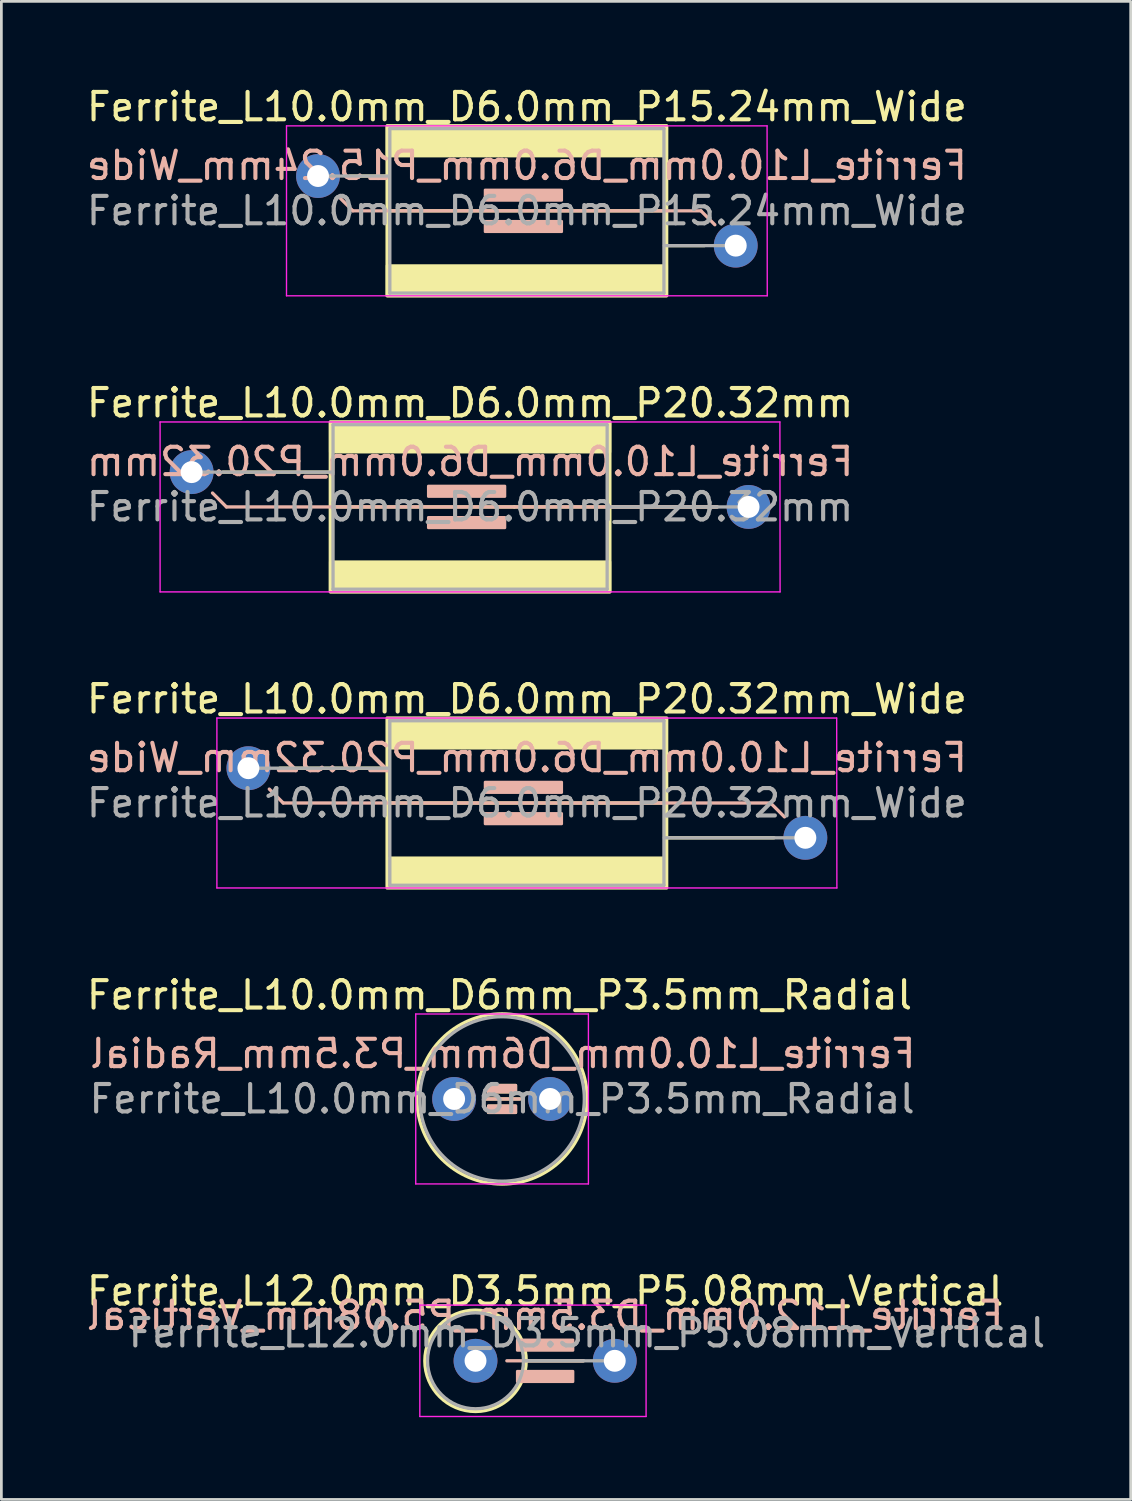
<source format=kicad_pcb>
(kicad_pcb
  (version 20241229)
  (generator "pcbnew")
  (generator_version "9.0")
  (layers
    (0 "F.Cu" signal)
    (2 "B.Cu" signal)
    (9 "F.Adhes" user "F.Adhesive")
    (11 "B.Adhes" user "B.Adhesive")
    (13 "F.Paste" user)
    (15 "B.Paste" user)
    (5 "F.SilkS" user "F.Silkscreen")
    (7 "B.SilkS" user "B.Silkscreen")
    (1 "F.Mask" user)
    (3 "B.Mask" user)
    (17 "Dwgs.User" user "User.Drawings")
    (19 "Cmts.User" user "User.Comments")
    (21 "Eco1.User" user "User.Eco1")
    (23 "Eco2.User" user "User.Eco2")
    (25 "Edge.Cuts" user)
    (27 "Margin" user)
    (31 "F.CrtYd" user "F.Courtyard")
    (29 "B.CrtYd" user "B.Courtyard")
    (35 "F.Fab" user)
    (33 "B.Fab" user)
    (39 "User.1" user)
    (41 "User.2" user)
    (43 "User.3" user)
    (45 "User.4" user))
  (footprint "Ferrite_L10.0mm_D6mm_P3.5mm_Radial"
    (layer "F.Cu")
    (at 13.518 37.045)
    (property "Reference" "Ferrite_L10.0mm_D6mm_P3.5mm_Radial" (at 1.655 -3.79 0) (layer "F.SilkS") (effects (font (size 1 1) (thickness 0.15))))
    (fp_line (start 1.1 0) (end 2.4 0) (stroke (width 0.12) (type solid)) (layer "F.SilkS"))
    (fp_circle (center 1.75 0) (end 4.855 0) (stroke (width 0.12) (type solid)) (fill no) (layer "F.SilkS"))
    (fp_poly (pts (xy 2.25 -0.25) (xy 1.25 -0.25) (xy 1.25 -0.5) (xy 2.25 -0.5)) (stroke (width 0.1) (type solid)) (fill yes) (layer "F.SilkS"))
    (fp_poly (pts (xy 2.25 0.5) (xy 1.25 0.5) (xy 1.25 0.25) (xy 2.25 0.25)) (stroke (width 0.1) (type solid)) (fill yes) (layer "F.SilkS"))
    (fp_line (start 1.1 0) (end 2.4 0) (stroke (width 0.12) (type solid)) (layer "B.SilkS"))
    (fp_rect (start 1.25 -0.5) (end 2.25 -0.25) (stroke (width 0.1) (type solid)) (fill yes) (layer "B.SilkS"))
    (fp_rect (start 1.25 0.25) (end 2.25 0.5) (stroke (width 0.1) (type solid)) (fill yes) (layer "B.SilkS"))
    (fp_line (start -1.4 -3.1) (end 4.9 -3.1) (stroke (width 0.05) (type solid)) (layer "F.CrtYd"))
    (fp_line (start -1.4 3.1) (end -1.4 -3.1) (stroke (width 0.05) (type solid)) (layer "F.CrtYd"))
    (fp_line (start 4.9 -3.1) (end 4.9 3.1) (stroke (width 0.05) (type solid)) (layer "F.CrtYd"))
    (fp_line (start 4.9 3.1) (end -1.4 3.1) (stroke (width 0.05) (type solid)) (layer "F.CrtYd"))
    (fp_circle (center 1.75 0) (end 4.75 0) (stroke (width 0.12) (type solid)) (fill no) (layer "F.Fab"))
    (fp_text user "${REFERENCE}" (at 1.778 -1.651 0) (layer "B.SilkS") (effects (font (size 1 1) (thickness 0.15)) (justify mirror)))
    (fp_text user "${REFERENCE}" (at 1.75 0 0) (layer "F.Fab") (effects (font (size 1 1) (thickness 0.15))))
    (pad "1" thru_hole circle (at 0 0) (size 1.6 1.6) (drill 0.8) (layers "*.Cu" "*.Mask"))
    (pad "2" thru_hole circle (at 3.5 0) (size 1.6 1.6) (drill 0.8) (layers "*.Cu" "*.Mask")))
  (footprint "Ferrite_L12.0mm_D3.5mm_P5.08mm_Vertical"
    (layer "F.Cu")
    (at 14.299 46.598)
    (property "Reference" "Ferrite_L12.0mm_D3.5mm_P5.08mm_Vertical" (at 2.54 -2.54 0) (layer "F.SilkS") (effects (font (size 1 1) (thickness 0.15))))
    (fp_line (start 1.85 0) (end 3.937 0) (stroke (width 0.12) (type solid)) (layer "F.SilkS"))
    (fp_circle (center 0 0) (end 0 -1.85) (stroke (width 0.12) (type solid)) (fill no) (layer "F.SilkS"))
    (fp_line (start 3.937 0) (end 1.143 0) (stroke (width 0.12) (type solid)) (layer "B.SilkS"))
    (fp_rect (start 1.524 -0.762) (end 3.556 -0.381) (stroke (width 0.1) (type solid)) (fill yes) (layer "B.SilkS"))
    (fp_rect (start 1.524 0.381) (end 3.556 0.762) (stroke (width 0.1) (type solid)) (fill yes) (layer "B.SilkS"))
    (fp_line (start -2.032 -2.032) (end 6.223 -2.032) (stroke (width 0.05) (type solid)) (layer "F.CrtYd"))
    (fp_line (start -2.032 2.032) (end -2.032 -2.032) (stroke (width 0.05) (type solid)) (layer "F.CrtYd"))
    (fp_line (start 6.223 -2.032) (end 6.223 2.032) (stroke (width 0.05) (type solid)) (layer "F.CrtYd"))
    (fp_line (start 6.223 2.032) (end -2.032 2.032) (stroke (width 0.05) (type solid)) (layer "F.CrtYd"))
    (fp_line (start 1.75 0) (end 5.08 0) (stroke (width 0.12) (type solid)) (layer "F.Fab"))
    (fp_circle (center 0 0) (end 0 -1.75) (stroke (width 0.12) (type solid)) (fill no) (layer "F.Fab"))
    (fp_text user "${REFERENCE}" (at 2.54 -1.651 0) (layer "B.SilkS") (effects (font (size 1 1) (thickness 0.15)) (justify mirror)))
    (fp_text user "${REFERENCE}" (at 4.064 -1.016 180) (layer "F.Fab") (effects (font (size 1 1) (thickness 0.15))))
    (pad "1" thru_hole circle (at 0 0) (size 1.6 1.6) (drill 0.8) (layers "*.Cu" "*.Mask"))
    (pad "2" thru_hole circle (at 5.08 0) (size 1.6 1.6) (drill 0.8) (layers "*.Cu" "*.Mask")))
  (footprint "Ferrite_L10.0mm_D6.0mm_P15.24mm_Wide"
    (layer "F.Cu")
    (at 8.553 3.372)
    (property "Reference" "Ferrite_L10.0mm_D6.0mm_P15.24mm_Wide" (at 7.62 -2.524 0) (layer "F.SilkS") (effects (font (size 1 1) (thickness 0.15))))
    (fp_line (start 1.143 0) (end 2.52 0) (stroke (width 0.12) (type solid)) (layer "F.SilkS"))
    (fp_line (start 9.234 1.27) (end 2.52 1.27) (stroke (width 0.12) (type solid)) (layer "F.SilkS"))
    (fp_line (start 9.234 1.27) (end 12.72 1.27) (stroke (width 0.12) (type solid)) (layer "F.SilkS"))
    (fp_line (start 14.097 2.54) (end 12.72 2.54) (stroke (width 0.12) (type solid)) (layer "F.SilkS"))
    (fp_rect (start 2.52 -1.83) (end 12.72 4.37) (stroke (width 0.12) (type solid)) (fill no) (layer "F.SilkS"))
    (fp_poly (pts (xy 12.72 -0.73) (xy 2.52 -0.73) (xy 2.52 -1.83) (xy 12.72 -1.83)) (stroke (width 0.1) (type solid)) (fill yes) (layer "F.SilkS"))
    (fp_poly (pts (xy 12.72 4.37) (xy 2.52 4.37) (xy 2.52 3.27) (xy 12.72 3.27)) (stroke (width 0.1) (type solid)) (fill yes) (layer "F.SilkS"))
    (fp_line (start 1.27 1.27) (end 0.762 0.762) (stroke (width 0.12) (type solid)) (layer "B.SilkS"))
    (fp_line (start 1.27 1.27) (end 13.97 1.27) (stroke (width 0.12) (type solid)) (layer "B.SilkS"))
    (fp_line (start 14.478 1.778) (end 13.97 1.27) (stroke (width 0.12) (type solid)) (layer "B.SilkS"))
    (fp_rect (start 6.096 0.508) (end 8.89 0.889) (stroke (width 0.1) (type solid)) (fill yes) (layer "B.SilkS"))
    (fp_rect (start 6.096 1.651) (end 8.89 2.032) (stroke (width 0.1) (type solid)) (fill yes) (layer "B.SilkS"))
    (fp_line (start -1.15 -1.83) (end 16.383 -1.83) (stroke (width 0.05) (type solid)) (layer "F.CrtYd"))
    (fp_line (start -1.15 4.37) (end -1.15 -1.83) (stroke (width 0.05) (type solid)) (layer "F.CrtYd"))
    (fp_line (start 16.383 -1.83) (end 16.39 4.37) (stroke (width 0.05) (type solid)) (layer "F.CrtYd"))
    (fp_line (start 16.39 4.37) (end -1.15 4.37) (stroke (width 0.05) (type solid)) (layer "F.CrtYd"))
    (fp_line (start 0 0) (end 2.603 0) (stroke (width 0.12) (type solid)) (layer "F.Fab"))
    (fp_line (start 2.62 -1.73) (end 2.62 4.27) (stroke (width 0.12) (type solid)) (layer "F.Fab"))
    (fp_line (start 12.62 -1.73) (end 2.62 -1.73) (stroke (width 0.12) (type solid)) (layer "F.Fab"))
    (fp_line (start 12.62 -1.73) (end 12.62 4.27) (stroke (width 0.12) (type solid)) (layer "F.Fab"))
    (fp_line (start 12.62 4.27) (end 2.62 4.27) (stroke (width 0.12) (type solid)) (layer "F.Fab"))
    (fp_line (start 15.24 2.54) (end 12.636 2.54) (stroke (width 0.12) (type solid)) (layer "F.Fab"))
    (fp_text user "${REFERENCE}" (at 7.62 -0.381 0) (layer "B.SilkS") (effects (font (size 1 1) (thickness 0.15)) (justify mirror)))
    (fp_text user "${REFERENCE}" (at 7.62 1.27 0) (layer "F.Fab") (effects (font (size 1 1) (thickness 0.15))))
    (pad "1" thru_hole circle (at 0 0) (size 1.6 1.6) (drill 0.8) (layers "*.Cu" "*.Mask"))
    (pad "2" thru_hole circle (at 15.24 2.54) (size 1.6 1.6) (drill 0.8) (layers "*.Cu" "*.Mask")))
  (footprint "Ferrite_L10.0mm_D6.0mm_P20.32mm_Wide"
    (layer "F.Cu")
    (at 6.013 24.977)
    (property "Reference" "Ferrite_L10.0mm_D6.0mm_P20.32mm_Wide" (at 10.16 -2.524 0) (layer "F.SilkS") (effects (font (size 1 1) (thickness 0.15))))
    (fp_line (start 1.143 0) (end 5.06 0) (stroke (width 0.12) (type solid)) (layer "F.SilkS"))
    (fp_line (start 11.774 1.27) (end 5.06 1.27) (stroke (width 0.12) (type solid)) (layer "F.SilkS"))
    (fp_line (start 11.774 1.27) (end 15.26 1.27) (stroke (width 0.12) (type solid)) (layer "F.SilkS"))
    (fp_line (start 19.177 2.54) (end 15.26 2.54) (stroke (width 0.12) (type solid)) (layer "F.SilkS"))
    (fp_rect (start 5.06 -1.83) (end 15.26 4.37) (stroke (width 0.12) (type solid)) (fill no) (layer "F.SilkS"))
    (fp_poly (pts (xy 15.16 -0.73) (xy 5.16 -0.73) (xy 5.16 -1.73) (xy 15.16 -1.73)) (stroke (width 0.1) (type solid)) (fill yes) (layer "F.SilkS"))
    (fp_poly (pts (xy 15.16 4.27) (xy 5.16 4.27) (xy 5.16 3.27) (xy 15.16 3.27)) (stroke (width 0.1) (type solid)) (fill yes) (layer "F.SilkS"))
    (fp_line (start 1.27 1.27) (end 0.762 0.762) (stroke (width 0.12) (type solid)) (layer "B.SilkS"))
    (fp_line (start 1.27 1.27) (end 19.05 1.27) (stroke (width 0.12) (type solid)) (layer "B.SilkS"))
    (fp_line (start 19.558 1.778) (end 19.05 1.27) (stroke (width 0.12) (type solid)) (layer "B.SilkS"))
    (fp_rect (start 8.636 0.508) (end 11.43 0.889) (stroke (width 0.1) (type solid)) (fill yes) (layer "B.SilkS"))
    (fp_rect (start 8.636 1.651) (end 11.43 2.032) (stroke (width 0.1) (type solid)) (fill yes) (layer "B.SilkS"))
    (fp_line (start -1.15 -1.83) (end 21.463 -1.83) (stroke (width 0.05) (type solid)) (layer "F.CrtYd"))
    (fp_line (start -1.15 4.37) (end -1.15 -1.83) (stroke (width 0.05) (type solid)) (layer "F.CrtYd"))
    (fp_line (start 21.463 -1.83) (end 21.47 4.37) (stroke (width 0.05) (type solid)) (layer "F.CrtYd"))
    (fp_line (start 21.47 4.37) (end -1.15 4.37) (stroke (width 0.05) (type solid)) (layer "F.CrtYd"))
    (fp_line (start 0 0) (end 5.144 0) (stroke (width 0.12) (type solid)) (layer "F.Fab"))
    (fp_line (start 5.16 -1.73) (end 5.16 4.27) (stroke (width 0.12) (type solid)) (layer "F.Fab"))
    (fp_line (start 15.16 -1.73) (end 5.16 -1.73) (stroke (width 0.12) (type solid)) (layer "F.Fab"))
    (fp_line (start 15.16 -1.73) (end 15.16 4.27) (stroke (width 0.12) (type solid)) (layer "F.Fab"))
    (fp_line (start 15.16 4.27) (end 5.16 4.27) (stroke (width 0.12) (type solid)) (layer "F.Fab"))
    (fp_line (start 20.32 2.54) (end 15.177 2.54) (stroke (width 0.12) (type solid)) (layer "F.Fab"))
    (fp_text user "${REFERENCE}" (at 10.16 -0.381 0) (layer "B.SilkS") (effects (font (size 1 1) (thickness 0.15)) (justify mirror)))
    (fp_text user "${REFERENCE}" (at 10.16 1.27 0) (layer "F.Fab") (effects (font (size 1 1) (thickness 0.15))))
    (pad "1" thru_hole circle (at 0 0) (size 1.6 1.6) (drill 0.8) (layers "*.Cu" "*.Mask"))
    (pad "2" thru_hole circle (at 20.32 2.54) (size 1.6 1.6) (drill 0.8) (layers "*.Cu" "*.Mask")))
  (footprint "Ferrite_L10.0mm_D6.0mm_P20.32mm"
    (layer "F.Cu")
    (at 3.941 14.175)
    (property "Reference" "Ferrite_L10.0mm_D6.0mm_P20.32mm" (at 10.16 -2.524 0) (layer "F.SilkS") (effects (font (size 1 1) (thickness 0.15))))
    (fp_line (start 1.143 0) (end 5.06 0) (stroke (width 0.12) (type solid)) (layer "F.SilkS"))
    (fp_line (start 11.774 1.27) (end 5.06 1.27) (stroke (width 0.12) (type solid)) (layer "F.SilkS"))
    (fp_line (start 11.774 1.27) (end 15.113 1.27) (stroke (width 0.12) (type solid)) (layer "F.SilkS"))
    (fp_line (start 19.177 1.27) (end 15.177 1.27) (stroke (width 0.12) (type solid)) (layer "F.SilkS"))
    (fp_rect (start 5.06 -1.83) (end 15.26 4.37) (stroke (width 0.12) (type solid)) (fill no) (layer "F.SilkS"))
    (fp_poly (pts (xy 15.26 -0.73) (xy 5.06 -0.73) (xy 5.06 -1.83) (xy 15.26 -1.83)) (stroke (width 0.1) (type solid)) (fill yes) (layer "F.SilkS"))
    (fp_poly (pts (xy 15.26 4.37) (xy 5.06 4.37) (xy 5.06 3.27) (xy 15.26 3.27)) (stroke (width 0.1) (type solid)) (fill yes) (layer "F.SilkS"))
    (fp_line (start 1.27 1.27) (end 0.762 0.762) (stroke (width 0.12) (type solid)) (layer "B.SilkS"))
    (fp_line (start 1.27 1.27) (end 19.177 1.27) (stroke (width 0.12) (type solid)) (layer "B.SilkS"))
    (fp_rect (start 8.636 0.508) (end 11.43 0.889) (stroke (width 0.1) (type solid)) (fill yes) (layer "B.SilkS"))
    (fp_rect (start 8.636 1.651) (end 11.43 2.032) (stroke (width 0.1) (type solid)) (fill yes) (layer "B.SilkS"))
    (fp_line (start -1.15 -1.83) (end 21.463 -1.83) (stroke (width 0.05) (type solid)) (layer "F.CrtYd"))
    (fp_line (start -1.15 4.37) (end -1.15 -1.83) (stroke (width 0.05) (type solid)) (layer "F.CrtYd"))
    (fp_line (start 21.463 -1.83) (end 21.47 4.37) (stroke (width 0.05) (type solid)) (layer "F.CrtYd"))
    (fp_line (start 21.47 4.37) (end -1.15 4.37) (stroke (width 0.05) (type solid)) (layer "F.CrtYd"))
    (fp_line (start 0 0) (end 5.144 0) (stroke (width 0.12) (type solid)) (layer "F.Fab"))
    (fp_line (start 5.16 -1.73) (end 5.16 4.27) (stroke (width 0.12) (type solid)) (layer "F.Fab"))
    (fp_line (start 15.16 -1.73) (end 5.16 -1.73) (stroke (width 0.12) (type solid)) (layer "F.Fab"))
    (fp_line (start 15.16 -1.73) (end 15.16 4.27) (stroke (width 0.12) (type solid)) (layer "F.Fab"))
    (fp_line (start 15.16 4.27) (end 5.16 4.27) (stroke (width 0.12) (type solid)) (layer "F.Fab"))
    (fp_line (start 20.32 1.27) (end 15.177 1.27) (stroke (width 0.12) (type solid)) (layer "F.Fab"))
    (fp_text user "${REFERENCE}" (at 10.16 -0.381 0) (layer "B.SilkS") (effects (font (size 1 1) (thickness 0.15)) (justify mirror)))
    (fp_text user "${REFERENCE}" (at 10.16 1.27 0) (layer "F.Fab") (effects (font (size 1 1) (thickness 0.15))))
    (pad "1" thru_hole circle (at 0 0) (size 1.6 1.6) (drill 0.8) (layers "*.Cu" "*.Mask"))
    (pad "2" thru_hole circle (at 20.32 1.27) (size 1.6 1.6) (drill 0.8) (layers "*.Cu" "*.Mask")))
  (gr_rect
    (start -3 -3)
    (end 38.203 51.655)
    (stroke (width 0.1) (type default))
    (fill no)
    (layer "Edge.Cuts")))
</source>
